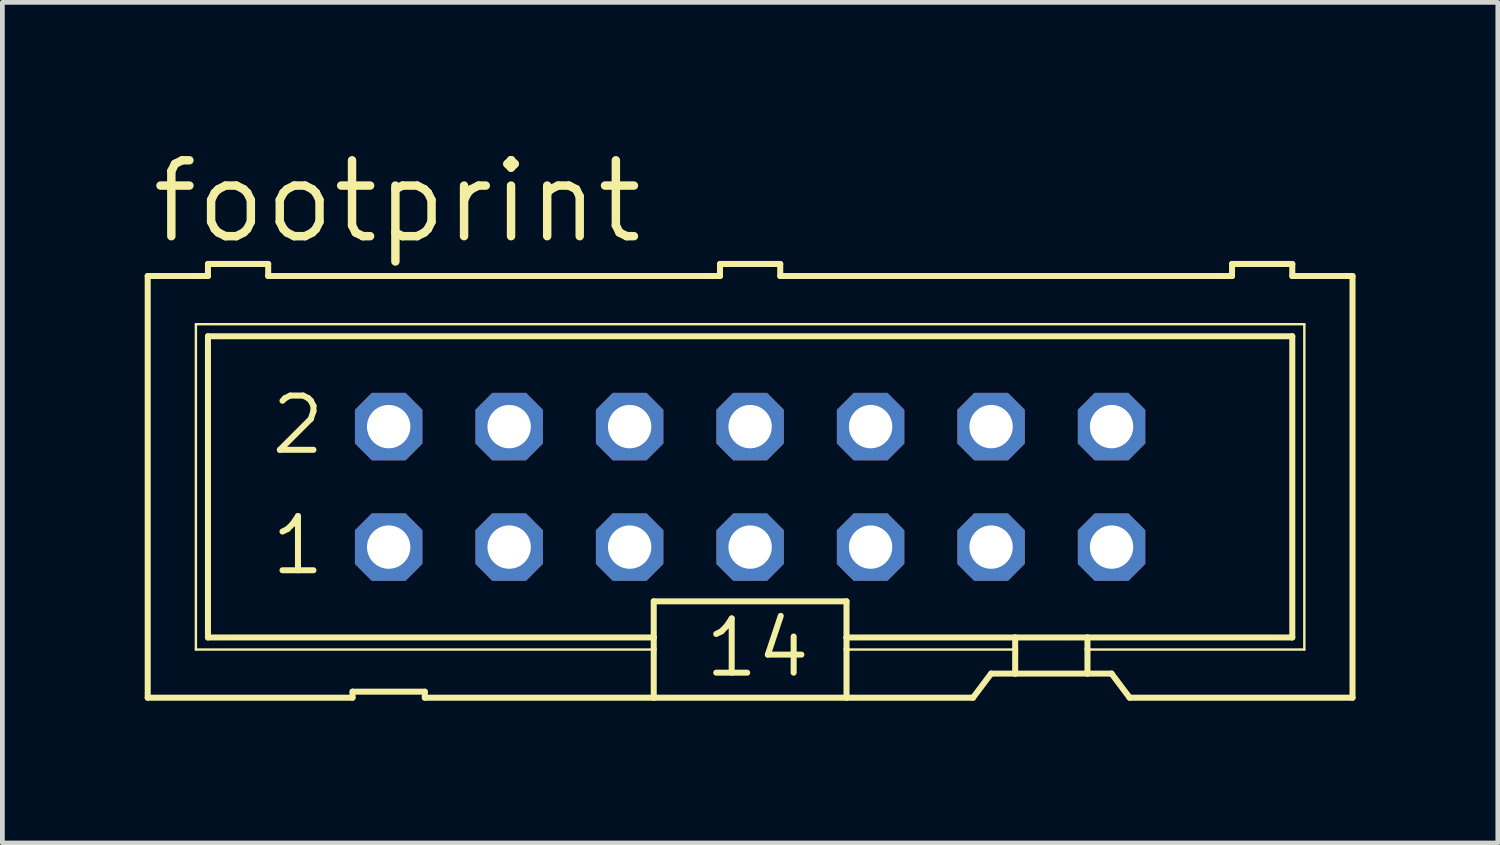
<source format=kicad_pcb>
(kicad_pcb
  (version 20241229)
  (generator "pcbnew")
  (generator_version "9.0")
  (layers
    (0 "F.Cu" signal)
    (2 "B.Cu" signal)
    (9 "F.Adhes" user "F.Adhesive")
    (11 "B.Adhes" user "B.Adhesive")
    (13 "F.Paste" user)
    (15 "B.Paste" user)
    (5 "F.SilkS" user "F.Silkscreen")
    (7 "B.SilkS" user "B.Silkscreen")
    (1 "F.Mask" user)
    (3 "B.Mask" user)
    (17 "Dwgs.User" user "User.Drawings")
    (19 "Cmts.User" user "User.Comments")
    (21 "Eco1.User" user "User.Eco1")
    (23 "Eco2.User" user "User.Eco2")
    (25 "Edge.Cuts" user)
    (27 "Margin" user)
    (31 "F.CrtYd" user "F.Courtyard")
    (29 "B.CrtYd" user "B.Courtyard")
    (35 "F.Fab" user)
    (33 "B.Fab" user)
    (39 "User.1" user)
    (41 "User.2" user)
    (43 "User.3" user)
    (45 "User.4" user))
  (footprint "footprint"
    (layer "F.Cu")
    (at 12.764 7.214)
    (property "Reference" "footprint" (at -12.7 -5.08 0) (layer "F.SilkS") (effects (font (size 1.6 1.6) (thickness 0.178)) (justify left bottom)))
    (fp_line (start -12.7 -4.445) (end -12.7 4.445) (stroke (width 0.127) (type solid)) (layer "F.SilkS"))
    (fp_line (start -12.7 -4.445) (end -11.43 -4.445) (stroke (width 0.127) (type solid)) (layer "F.SilkS"))
    (fp_line (start -11.684 -3.429) (end -11.684 3.429) (stroke (width 0.051) (type solid)) (layer "F.SilkS"))
    (fp_line (start -11.684 3.429) (end -2.032 3.429) (stroke (width 0.051) (type solid)) (layer "F.SilkS"))
    (fp_line (start -11.43 -4.699) (end -11.43 -4.445) (stroke (width 0.127) (type solid)) (layer "F.SilkS"))
    (fp_line (start -11.43 -3.175) (end -11.43 3.175) (stroke (width 0.127) (type solid)) (layer "F.SilkS"))
    (fp_line (start -11.43 -3.175) (end 11.43 -3.175) (stroke (width 0.127) (type solid)) (layer "F.SilkS"))
    (fp_line (start -10.16 -4.699) (end -11.43 -4.699) (stroke (width 0.127) (type solid)) (layer "F.SilkS"))
    (fp_line (start -10.16 -4.699) (end -10.16 -4.445) (stroke (width 0.127) (type solid)) (layer "F.SilkS"))
    (fp_line (start -10.16 -4.445) (end -0.635 -4.445) (stroke (width 0.127) (type solid)) (layer "F.SilkS"))
    (fp_line (start -8.382 4.445) (end -12.7 4.445) (stroke (width 0.127) (type solid)) (layer "F.SilkS"))
    (fp_line (start -8.382 4.445) (end -8.382 4.318) (stroke (width 0.127) (type solid)) (layer "F.SilkS"))
    (fp_line (start -6.858 4.318) (end -8.382 4.318) (stroke (width 0.127) (type solid)) (layer "F.SilkS"))
    (fp_line (start -6.858 4.318) (end -6.858 4.445) (stroke (width 0.127) (type solid)) (layer "F.SilkS"))
    (fp_line (start -2.032 3.175) (end -11.43 3.175) (stroke (width 0.127) (type solid)) (layer "F.SilkS"))
    (fp_line (start -2.032 3.175) (end -2.032 2.413) (stroke (width 0.127) (type solid)) (layer "F.SilkS"))
    (fp_line (start -2.032 3.175) (end -2.032 3.429) (stroke (width 0.127) (type solid)) (layer "F.SilkS"))
    (fp_line (start -2.032 3.429) (end -2.032 4.445) (stroke (width 0.127) (type solid)) (layer "F.SilkS"))
    (fp_line (start -2.032 4.445) (end -6.858 4.445) (stroke (width 0.127) (type solid)) (layer "F.SilkS"))
    (fp_line (start -0.635 -4.699) (end -0.635 -4.445) (stroke (width 0.127) (type solid)) (layer "F.SilkS"))
    (fp_line (start 0.635 -4.699) (end -0.635 -4.699) (stroke (width 0.127) (type solid)) (layer "F.SilkS"))
    (fp_line (start 0.635 -4.699) (end 0.635 -4.445) (stroke (width 0.127) (type solid)) (layer "F.SilkS"))
    (fp_line (start 0.635 -4.445) (end 10.16 -4.445) (stroke (width 0.127) (type solid)) (layer "F.SilkS"))
    (fp_line (start 2.032 2.413) (end -2.032 2.413) (stroke (width 0.127) (type solid)) (layer "F.SilkS"))
    (fp_line (start 2.032 2.413) (end 2.032 3.175) (stroke (width 0.127) (type solid)) (layer "F.SilkS"))
    (fp_line (start 2.032 3.175) (end 2.032 3.429) (stroke (width 0.127) (type solid)) (layer "F.SilkS"))
    (fp_line (start 2.032 3.429) (end 2.032 4.445) (stroke (width 0.127) (type solid)) (layer "F.SilkS"))
    (fp_line (start 2.032 4.445) (end -2.032 4.445) (stroke (width 0.127) (type solid)) (layer "F.SilkS"))
    (fp_line (start 4.699 4.445) (end 2.032 4.445) (stroke (width 0.127) (type solid)) (layer "F.SilkS"))
    (fp_line (start 4.699 4.445) (end 5.08 3.937) (stroke (width 0.127) (type solid)) (layer "F.SilkS"))
    (fp_line (start 5.588 3.175) (end 2.032 3.175) (stroke (width 0.127) (type solid)) (layer "F.SilkS"))
    (fp_line (start 5.588 3.175) (end 5.588 3.429) (stroke (width 0.127) (type solid)) (layer "F.SilkS"))
    (fp_line (start 5.588 3.429) (end 2.032 3.429) (stroke (width 0.051) (type solid)) (layer "F.SilkS"))
    (fp_line (start 5.588 3.429) (end 5.588 3.937) (stroke (width 0.127) (type solid)) (layer "F.SilkS"))
    (fp_line (start 5.588 3.937) (end 5.08 3.937) (stroke (width 0.127) (type solid)) (layer "F.SilkS"))
    (fp_line (start 7.112 3.175) (end 5.588 3.175) (stroke (width 0.127) (type solid)) (layer "F.SilkS"))
    (fp_line (start 7.112 3.175) (end 7.112 3.429) (stroke (width 0.127) (type solid)) (layer "F.SilkS"))
    (fp_line (start 7.112 3.429) (end 7.112 3.937) (stroke (width 0.127) (type solid)) (layer "F.SilkS"))
    (fp_line (start 7.112 3.429) (end 11.684 3.429) (stroke (width 0.051) (type solid)) (layer "F.SilkS"))
    (fp_line (start 7.112 3.937) (end 5.588 3.937) (stroke (width 0.127) (type solid)) (layer "F.SilkS"))
    (fp_line (start 7.62 3.937) (end 7.112 3.937) (stroke (width 0.127) (type solid)) (layer "F.SilkS"))
    (fp_line (start 7.62 3.937) (end 8.001 4.445) (stroke (width 0.127) (type solid)) (layer "F.SilkS"))
    (fp_line (start 10.16 -4.445) (end 10.16 -4.699) (stroke (width 0.127) (type solid)) (layer "F.SilkS"))
    (fp_line (start 11.43 -4.699) (end 10.16 -4.699) (stroke (width 0.127) (type solid)) (layer "F.SilkS"))
    (fp_line (start 11.43 -4.445) (end 11.43 -4.699) (stroke (width 0.127) (type solid)) (layer "F.SilkS"))
    (fp_line (start 11.43 -4.445) (end 12.7 -4.445) (stroke (width 0.127) (type solid)) (layer "F.SilkS"))
    (fp_line (start 11.43 3.175) (end 7.112 3.175) (stroke (width 0.127) (type solid)) (layer "F.SilkS"))
    (fp_line (start 11.43 3.175) (end 11.43 -3.175) (stroke (width 0.127) (type solid)) (layer "F.SilkS"))
    (fp_line (start 11.684 -3.429) (end -11.684 -3.429) (stroke (width 0.051) (type solid)) (layer "F.SilkS"))
    (fp_line (start 11.684 3.429) (end 11.684 -3.429) (stroke (width 0.051) (type solid)) (layer "F.SilkS"))
    (fp_line (start 12.7 4.445) (end 8.001 4.445) (stroke (width 0.127) (type solid)) (layer "F.SilkS"))
    (fp_line (start 12.7 4.445) (end 12.7 -4.445) (stroke (width 0.127) (type solid)) (layer "F.SilkS"))
    (fp_poly (pts (xy -7.874 -1.016) (xy -7.366 -1.016) (xy -7.366 -1.524) (xy -7.874 -1.524)) (stroke (width 0.1) (type solid)) (fill no) (layer "F.Fab"))
    (fp_poly (pts (xy -7.874 1.524) (xy -7.366 1.524) (xy -7.366 1.016) (xy -7.874 1.016)) (stroke (width 0.1) (type solid)) (fill no) (layer "F.Fab"))
    (fp_poly (pts (xy -5.334 -1.016) (xy -4.826 -1.016) (xy -4.826 -1.524) (xy -5.334 -1.524)) (stroke (width 0.1) (type solid)) (fill no) (layer "F.Fab"))
    (fp_poly (pts (xy -5.334 1.524) (xy -4.826 1.524) (xy -4.826 1.016) (xy -5.334 1.016)) (stroke (width 0.1) (type solid)) (fill no) (layer "F.Fab"))
    (fp_poly (pts (xy -2.794 -1.016) (xy -2.286 -1.016) (xy -2.286 -1.524) (xy -2.794 -1.524)) (stroke (width 0.1) (type solid)) (fill no) (layer "F.Fab"))
    (fp_poly (pts (xy -2.794 1.524) (xy -2.286 1.524) (xy -2.286 1.016) (xy -2.794 1.016)) (stroke (width 0.1) (type solid)) (fill no) (layer "F.Fab"))
    (fp_poly (pts (xy -0.254 -1.016) (xy 0.254 -1.016) (xy 0.254 -1.524) (xy -0.254 -1.524)) (stroke (width 0.1) (type solid)) (fill no) (layer "F.Fab"))
    (fp_poly (pts (xy -0.254 1.524) (xy 0.254 1.524) (xy 0.254 1.016) (xy -0.254 1.016)) (stroke (width 0.1) (type solid)) (fill no) (layer "F.Fab"))
    (fp_poly (pts (xy 2.286 -1.016) (xy 2.794 -1.016) (xy 2.794 -1.524) (xy 2.286 -1.524)) (stroke (width 0.1) (type solid)) (fill no) (layer "F.Fab"))
    (fp_poly (pts (xy 2.286 1.524) (xy 2.794 1.524) (xy 2.794 1.016) (xy 2.286 1.016)) (stroke (width 0.1) (type solid)) (fill no) (layer "F.Fab"))
    (fp_poly (pts (xy 4.826 -1.016) (xy 5.334 -1.016) (xy 5.334 -1.524) (xy 4.826 -1.524)) (stroke (width 0.1) (type solid)) (fill no) (layer "F.Fab"))
    (fp_poly (pts (xy 4.826 1.524) (xy 5.334 1.524) (xy 5.334 1.016) (xy 4.826 1.016)) (stroke (width 0.1) (type solid)) (fill no) (layer "F.Fab"))
    (fp_poly (pts (xy 7.366 -1.016) (xy 7.874 -1.016) (xy 7.874 -1.524) (xy 7.366 -1.524)) (stroke (width 0.1) (type solid)) (fill no) (layer "F.Fab"))
    (fp_poly (pts (xy 7.366 1.524) (xy 7.874 1.524) (xy 7.874 1.016) (xy 7.366 1.016)) (stroke (width 0.1) (type solid)) (fill no) (layer "F.Fab"))
    (fp_text user "14" (at -1.016 4.064 0) (layer "F.SilkS") (effects (font (size 1.143 1.143) (thickness 0.127)) (justify left bottom)))
    (fp_text user "1" (at -10.16 1.905 0) (layer "F.SilkS") (effects (font (size 1.143 1.143) (thickness 0.127)) (justify left bottom)))
    (fp_text user "2" (at -10.16 -0.635 0) (layer "F.SilkS") (effects (font (size 1.143 1.143) (thickness 0.127)) (justify left bottom)))
    (pad "1" thru_hole roundrect (at -7.62 1.27) (size 1.422 1.422) (drill 0.914) (layers "*.Cu" "*.Mask") (roundrect_rratio 0.25) (chamfer_ratio 0.25) (chamfer top_left top_right bottom_left bottom_right))
    (pad "2" thru_hole roundrect (at -7.62 -1.27) (size 1.422 1.422) (drill 0.914) (layers "*.Cu" "*.Mask") (roundrect_rratio 0.25) (chamfer_ratio 0.25) (chamfer top_left top_right bottom_left bottom_right))
    (pad "3" thru_hole roundrect (at -5.08 1.27) (size 1.422 1.422) (drill 0.914) (layers "*.Cu" "*.Mask") (roundrect_rratio 0.25) (chamfer_ratio 0.25) (chamfer top_left top_right bottom_left bottom_right))
    (pad "4" thru_hole roundrect (at -5.08 -1.27) (size 1.422 1.422) (drill 0.914) (layers "*.Cu" "*.Mask") (roundrect_rratio 0.25) (chamfer_ratio 0.25) (chamfer top_left top_right bottom_left bottom_right))
    (pad "5" thru_hole roundrect (at -2.54 1.27) (size 1.422 1.422) (drill 0.914) (layers "*.Cu" "*.Mask") (roundrect_rratio 0.25) (chamfer_ratio 0.25) (chamfer top_left top_right bottom_left bottom_right))
    (pad "6" thru_hole roundrect (at -2.54 -1.27) (size 1.422 1.422) (drill 0.914) (layers "*.Cu" "*.Mask") (roundrect_rratio 0.25) (chamfer_ratio 0.25) (chamfer top_left top_right bottom_left bottom_right))
    (pad "7" thru_hole roundrect (at 0 1.27) (size 1.422 1.422) (drill 0.914) (layers "*.Cu" "*.Mask") (roundrect_rratio 0.25) (chamfer_ratio 0.25) (chamfer top_left top_right bottom_left bottom_right))
    (pad "8" thru_hole roundrect (at 0 -1.27) (size 1.422 1.422) (drill 0.914) (layers "*.Cu" "*.Mask") (roundrect_rratio 0.25) (chamfer_ratio 0.25) (chamfer top_left top_right bottom_left bottom_right))
    (pad "9" thru_hole roundrect (at 2.54 1.27) (size 1.422 1.422) (drill 0.914) (layers "*.Cu" "*.Mask") (roundrect_rratio 0.25) (chamfer_ratio 0.25) (chamfer top_left top_right bottom_left bottom_right))
    (pad "10" thru_hole roundrect (at 2.54 -1.27) (size 1.422 1.422) (drill 0.914) (layers "*.Cu" "*.Mask") (roundrect_rratio 0.25) (chamfer_ratio 0.25) (chamfer top_left top_right bottom_left bottom_right))
    (pad "11" thru_hole roundrect (at 5.08 1.27) (size 1.422 1.422) (drill 0.914) (layers "*.Cu" "*.Mask") (roundrect_rratio 0.25) (chamfer_ratio 0.25) (chamfer top_left top_right bottom_left bottom_right))
    (pad "12" thru_hole roundrect (at 5.08 -1.27) (size 1.422 1.422) (drill 0.914) (layers "*.Cu" "*.Mask") (roundrect_rratio 0.25) (chamfer_ratio 0.25) (chamfer top_left top_right bottom_left bottom_right))
    (pad "13" thru_hole roundrect (at 7.62 1.27) (size 1.422 1.422) (drill 0.914) (layers "*.Cu" "*.Mask") (roundrect_rratio 0.25) (chamfer_ratio 0.25) (chamfer top_left top_right bottom_left bottom_right))
    (pad "14" thru_hole roundrect (at 7.62 -1.27) (size 1.422 1.422) (drill 0.914) (layers "*.Cu" "*.Mask") (roundrect_rratio 0.25) (chamfer_ratio 0.25) (chamfer top_left top_right bottom_left bottom_right)))
  (gr_rect
    (start -3 -3)
    (end 28.527 14.722)
    (stroke (width 0.1) (type default))
    (fill no)
    (layer "Edge.Cuts")))
</source>
